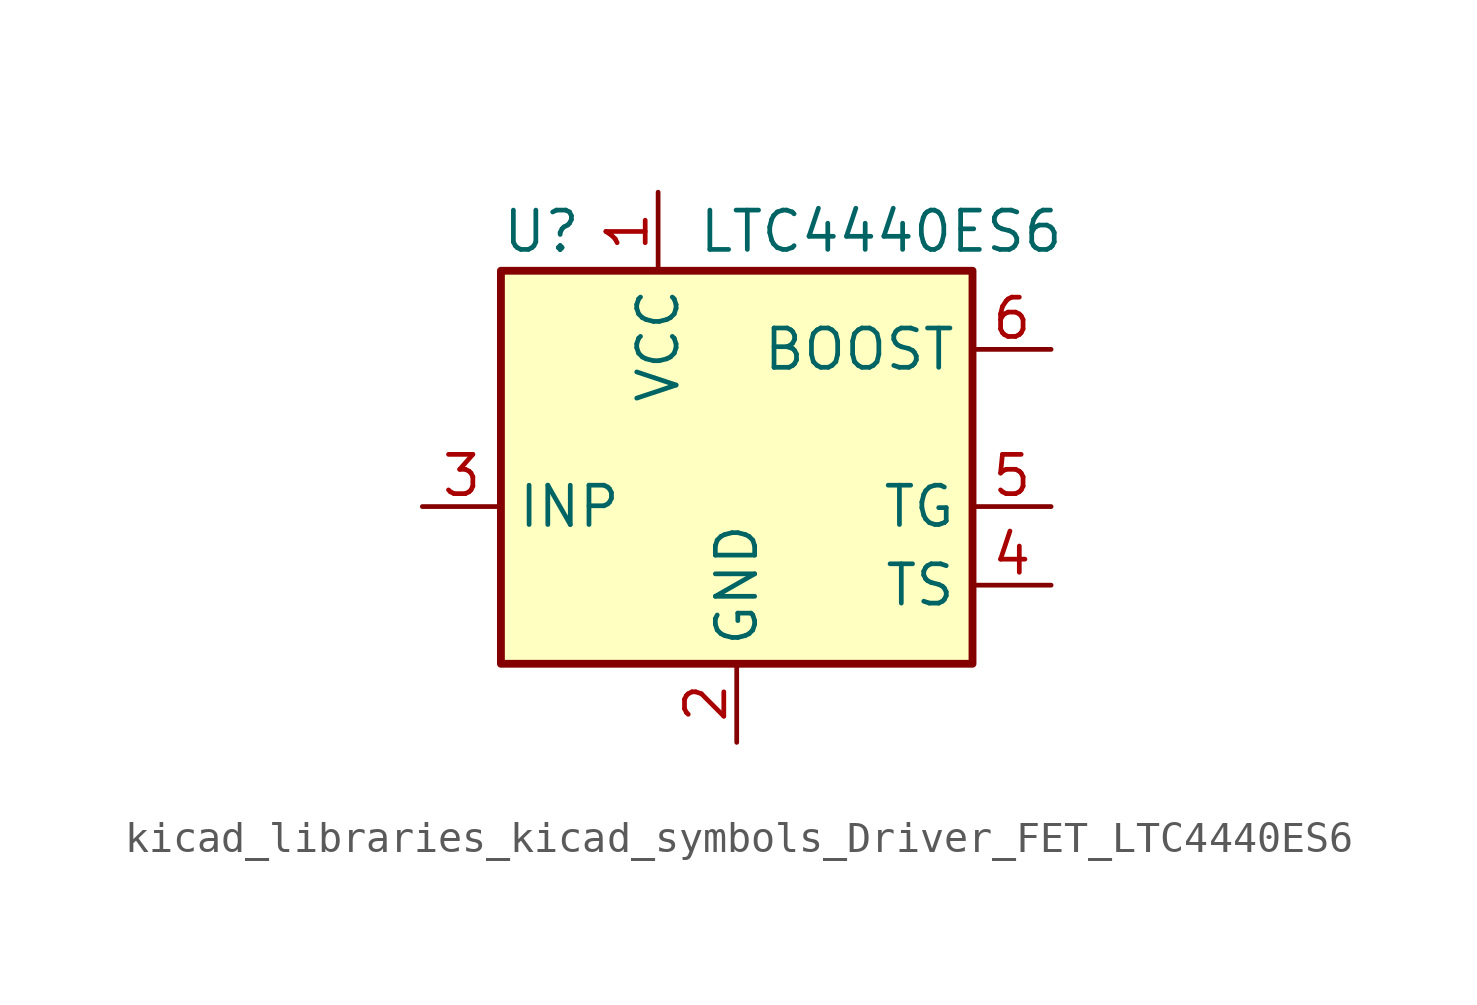
<source format=kicad_sym>
(kicad_symbol_lib
  (version 20220914)
  (generator kicad_symbol_editor)
  (symbol "kicad_libraries_kicad_symbols_Driver_FET_LTC4440ES6"
    (property "Reference" "U"
      (at -7.62 8.89 0)
      (effects (font (size 1.27 1.27)) (justify left)))
    (property "Value" "LTC4440ES6"
      (at -1.27 8.89 0)
      (effects (font (size 1.27 1.27)) (justify left)))
    (symbol "kicad_libraries_kicad_symbols_Driver_FET_LTC4440ES6_0_1"
      (rectangle (start -7.62 7.62) (end 7.62 -5.08) (stroke (width 0.254) (type default)) (fill (type background))))
    (symbol "kicad_libraries_kicad_symbols_Driver_FET_LTC4440ES6_1_1"
      (pin power_in line (at -2.54 10.16 270) (length 2.54) (name "VCC" (effects (font (size 1.27 1.27)))) (number "1" (effects (font (size 1.27 1.27)))))
      (pin power_in line (at 0 -7.62 90) (length 2.54) (name "GND" (effects (font (size 1.27 1.27)))) (number "2" (effects (font (size 1.27 1.27)))))
      (pin input line (at -10.16 0 0) (length 2.54) (name "INP" (effects (font (size 1.27 1.27)))) (number "3" (effects (font (size 1.27 1.27)))))
      (pin input line (at 10.16 -2.54 180) (length 2.54) (name "TS" (effects (font (size 1.27 1.27)))) (number "4" (effects (font (size 1.27 1.27)))))
      (pin output line (at 10.16 0 180) (length 2.54) (name "TG" (effects (font (size 1.27 1.27)))) (number "5" (effects (font (size 1.27 1.27)))))
      (pin input line (at 10.16 5.08 180) (length 2.54) (name "BOOST" (effects (font (size 1.27 1.27)))) (number "6" (effects (font (size 1.27 1.27))))))))
</source>
